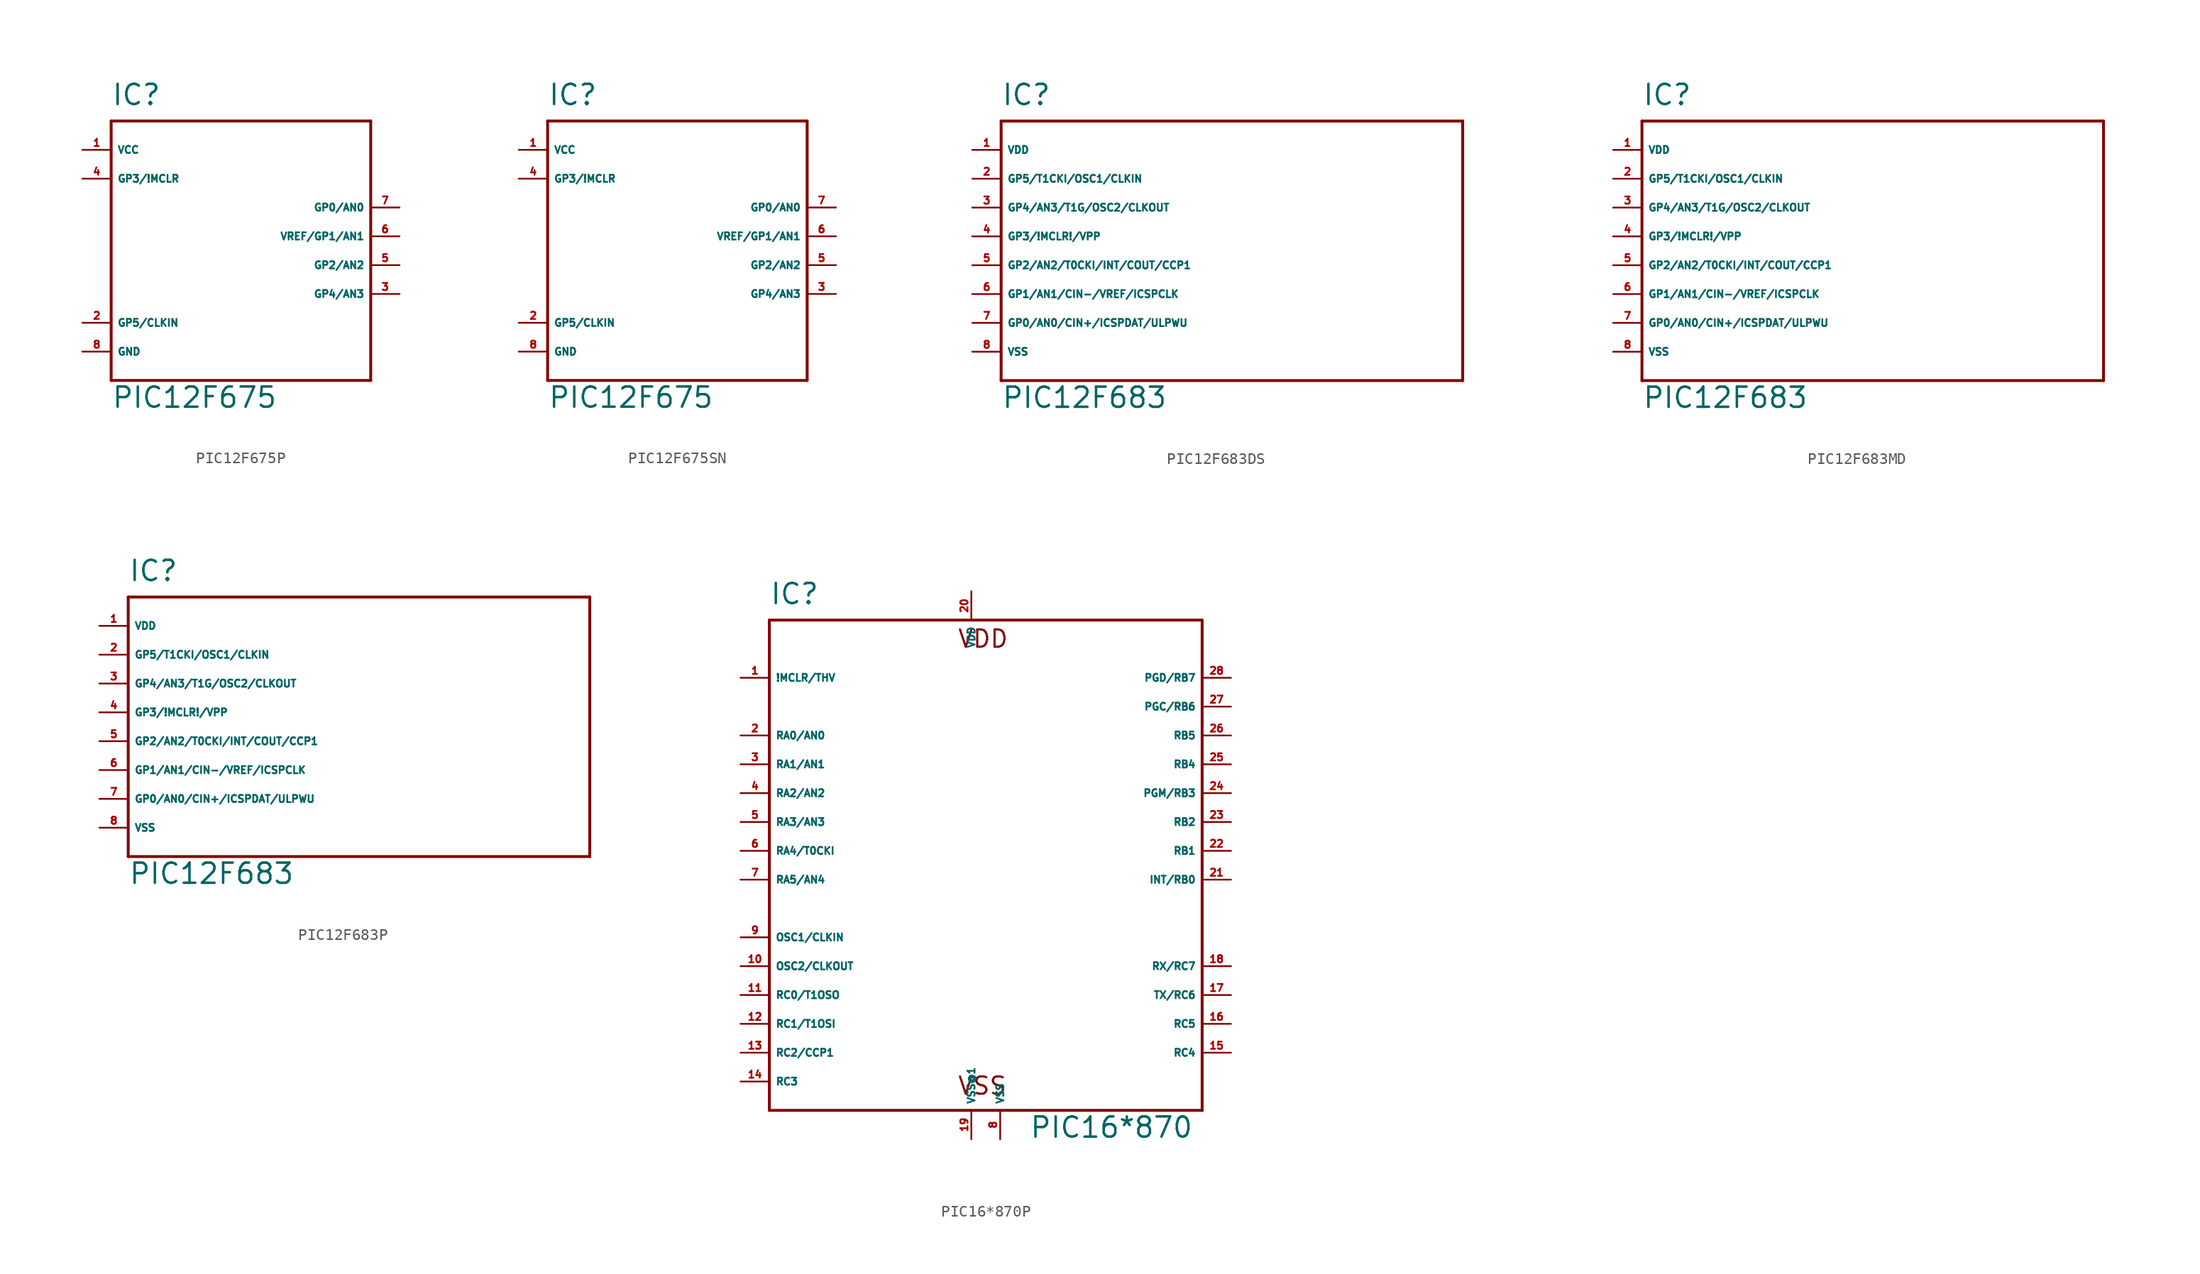
<source format=kicad_sym>
(kicad_symbol_lib
  (version 20220914)
  (generator Eagle2Kicad)
  (symbol "PIC12F675P"
    (property "Reference" "IC"
      (at -10.16 13.97 0)
      (effects (font (size 1.778 1.778) (thickness 0.22)) (justify left bottom)))
    (property "Value" "PIC12F675"
      (at -10.16 -12.7 0)
      (effects (font (size 1.778 1.778) (thickness 0.22)) (justify left bottom)))
    (polyline
      (pts (xy -10.16 12.7) (xy 12.7 12.7))
      (stroke (width 0.254) (type default))
      (fill (type none)))
    (polyline
      (pts (xy 12.7 12.7) (xy 12.7 -10.16))
      (stroke (width 0.254) (type default))
      (fill (type none)))
    (polyline
      (pts (xy 12.7 -10.16) (xy -10.16 -10.16))
      (stroke (width 0.254) (type default))
      (fill (type none)))
    (polyline
      (pts (xy -10.16 -10.16) (xy -10.16 12.7))
      (stroke (width 0.254) (type default))
      (fill (type none)))
    (pin unspecified line
      (at -12.7 10.16 0)
      (length 2.54)
      (name "VCC" (effects (font (size 0.635 0.635) (thickness 0.08)) (justify left bottom)))
      (number "1" (effects (font (size 0.635 0.635) (thickness 0.08)) (justify left bottom))))
    (pin unspecified line
      (at -12.7 -7.62 0)
      (length 2.54)
      (name "GND" (effects (font (size 0.635 0.635) (thickness 0.08)) (justify left bottom)))
      (number "8" (effects (font (size 0.635 0.635) (thickness 0.08)) (justify left bottom))))
    (pin bidirectional line
      (at -12.7 -5.08 0)
      (length 2.54)
      (name "GP5/CLKIN" (effects (font (size 0.635 0.635) (thickness 0.08)) (justify left bottom)))
      (number "2" (effects (font (size 0.635 0.635) (thickness 0.08)) (justify left bottom))))
    (pin bidirectional line
      (at 15.24 5.08 180)
      (length 2.54)
      (name "GP0/AN0" (effects (font (size 0.635 0.635) (thickness 0.08)) (justify left bottom)))
      (number "7" (effects (font (size 0.635 0.635) (thickness 0.08)) (justify left bottom))))
    (pin bidirectional line
      (at 15.24 -2.54 180)
      (length 2.54)
      (name "GP4/AN3" (effects (font (size 0.635 0.635) (thickness 0.08)) (justify left bottom)))
      (number "3" (effects (font (size 0.635 0.635) (thickness 0.08)) (justify left bottom))))
    (pin bidirectional line
      (at 15.24 0 180)
      (length 2.54)
      (name "GP2/AN2" (effects (font (size 0.635 0.635) (thickness 0.08)) (justify left bottom)))
      (number "5" (effects (font (size 0.635 0.635) (thickness 0.08)) (justify left bottom))))
    (pin bidirectional line
      (at 15.24 2.54 180)
      (length 2.54)
      (name "VREF/GP1/AN1" (effects (font (size 0.635 0.635) (thickness 0.08)) (justify left bottom)))
      (number "6" (effects (font (size 0.635 0.635) (thickness 0.08)) (justify left bottom))))
    (pin input line
      (at -12.7 7.62 0)
      (length 2.54)
      (name "GP3/!MCLR" (effects (font (size 0.635 0.635) (thickness 0.08)) (justify left bottom)))
      (number "4" (effects (font (size 0.635 0.635) (thickness 0.08)) (justify left bottom)))))
  (symbol "PIC12F675SN"
    (property "Reference" "IC"
      (at -10.16 13.97 0)
      (effects (font (size 1.778 1.778) (thickness 0.22)) (justify left bottom)))
    (property "Value" "PIC12F675"
      (at -10.16 -12.7 0)
      (effects (font (size 1.778 1.778) (thickness 0.22)) (justify left bottom)))
    (polyline
      (pts (xy -10.16 12.7) (xy 12.7 12.7))
      (stroke (width 0.254) (type default))
      (fill (type none)))
    (polyline
      (pts (xy 12.7 12.7) (xy 12.7 -10.16))
      (stroke (width 0.254) (type default))
      (fill (type none)))
    (polyline
      (pts (xy 12.7 -10.16) (xy -10.16 -10.16))
      (stroke (width 0.254) (type default))
      (fill (type none)))
    (polyline
      (pts (xy -10.16 -10.16) (xy -10.16 12.7))
      (stroke (width 0.254) (type default))
      (fill (type none)))
    (pin unspecified line
      (at -12.7 10.16 0)
      (length 2.54)
      (name "VCC" (effects (font (size 0.635 0.635) (thickness 0.08)) (justify left bottom)))
      (number "1" (effects (font (size 0.635 0.635) (thickness 0.08)) (justify left bottom))))
    (pin unspecified line
      (at -12.7 -7.62 0)
      (length 2.54)
      (name "GND" (effects (font (size 0.635 0.635) (thickness 0.08)) (justify left bottom)))
      (number "8" (effects (font (size 0.635 0.635) (thickness 0.08)) (justify left bottom))))
    (pin bidirectional line
      (at -12.7 -5.08 0)
      (length 2.54)
      (name "GP5/CLKIN" (effects (font (size 0.635 0.635) (thickness 0.08)) (justify left bottom)))
      (number "2" (effects (font (size 0.635 0.635) (thickness 0.08)) (justify left bottom))))
    (pin bidirectional line
      (at 15.24 5.08 180)
      (length 2.54)
      (name "GP0/AN0" (effects (font (size 0.635 0.635) (thickness 0.08)) (justify left bottom)))
      (number "7" (effects (font (size 0.635 0.635) (thickness 0.08)) (justify left bottom))))
    (pin bidirectional line
      (at 15.24 -2.54 180)
      (length 2.54)
      (name "GP4/AN3" (effects (font (size 0.635 0.635) (thickness 0.08)) (justify left bottom)))
      (number "3" (effects (font (size 0.635 0.635) (thickness 0.08)) (justify left bottom))))
    (pin bidirectional line
      (at 15.24 0 180)
      (length 2.54)
      (name "GP2/AN2" (effects (font (size 0.635 0.635) (thickness 0.08)) (justify left bottom)))
      (number "5" (effects (font (size 0.635 0.635) (thickness 0.08)) (justify left bottom))))
    (pin bidirectional line
      (at 15.24 2.54 180)
      (length 2.54)
      (name "VREF/GP1/AN1" (effects (font (size 0.635 0.635) (thickness 0.08)) (justify left bottom)))
      (number "6" (effects (font (size 0.635 0.635) (thickness 0.08)) (justify left bottom))))
    (pin input line
      (at -12.7 7.62 0)
      (length 2.54)
      (name "GP3/!MCLR" (effects (font (size 0.635 0.635) (thickness 0.08)) (justify left bottom)))
      (number "4" (effects (font (size 0.635 0.635) (thickness 0.08)) (justify left bottom)))))
  (symbol "PIC12F683DS"
    (property "Reference" "IC"
      (at -20.32 19.05 0)
      (effects (font (size 1.778 1.778) (thickness 0.22)) (justify left bottom)))
    (property "Value" "PIC12F683"
      (at -20.32 -7.62 0)
      (effects (font (size 1.778 1.778) (thickness 0.22)) (justify left bottom)))
    (polyline
      (pts (xy -20.32 17.78) (xy 20.32 17.78))
      (stroke (width 0.254) (type default))
      (fill (type none)))
    (polyline
      (pts (xy 20.32 17.78) (xy 20.32 -5.08))
      (stroke (width 0.254) (type default))
      (fill (type none)))
    (polyline
      (pts (xy 20.32 -5.08) (xy -20.32 -5.08))
      (stroke (width 0.254) (type default))
      (fill (type none)))
    (polyline
      (pts (xy -20.32 -5.08) (xy -20.32 17.78))
      (stroke (width 0.254) (type default))
      (fill (type none)))
    (pin unspecified line
      (at -22.86 15.24 0)
      (length 2.54)
      (name "VDD" (effects (font (size 0.635 0.635) (thickness 0.08)) (justify left bottom)))
      (number "1" (effects (font (size 0.635 0.635) (thickness 0.08)) (justify left bottom))))
    (pin bidirectional line
      (at -22.86 12.7 0)
      (length 2.54)
      (name "GP5/T1CKI/OSC1/CLKIN" (effects (font (size 0.635 0.635) (thickness 0.08)) (justify left bottom)))
      (number "2" (effects (font (size 0.635 0.635) (thickness 0.08)) (justify left bottom))))
    (pin bidirectional line
      (at -22.86 10.16 0)
      (length 2.54)
      (name "GP4/AN3/T1G/OSC2/CLKOUT" (effects (font (size 0.635 0.635) (thickness 0.08)) (justify left bottom)))
      (number "3" (effects (font (size 0.635 0.635) (thickness 0.08)) (justify left bottom))))
    (pin bidirectional line
      (at -22.86 7.62 0)
      (length 2.54)
      (name "GP3/!MCLR!/VPP" (effects (font (size 0.635 0.635) (thickness 0.08)) (justify left bottom)))
      (number "4" (effects (font (size 0.635 0.635) (thickness 0.08)) (justify left bottom))))
    (pin bidirectional line
      (at -22.86 5.08 0)
      (length 2.54)
      (name "GP2/AN2/T0CKI/INT/COUT/CCP1" (effects (font (size 0.635 0.635) (thickness 0.08)) (justify left bottom)))
      (number "5" (effects (font (size 0.635 0.635) (thickness 0.08)) (justify left bottom))))
    (pin bidirectional line
      (at -22.86 2.54 0)
      (length 2.54)
      (name "GP1/AN1/CIN-/VREF/ICSPCLK" (effects (font (size 0.635 0.635) (thickness 0.08)) (justify left bottom)))
      (number "6" (effects (font (size 0.635 0.635) (thickness 0.08)) (justify left bottom))))
    (pin bidirectional line
      (at -22.86 0 0)
      (length 2.54)
      (name "GP0/AN0/CIN+/ICSPDAT/ULPWU" (effects (font (size 0.635 0.635) (thickness 0.08)) (justify left bottom)))
      (number "7" (effects (font (size 0.635 0.635) (thickness 0.08)) (justify left bottom))))
    (pin unspecified line
      (at -22.86 -2.54 0)
      (length 2.54)
      (name "VSS" (effects (font (size 0.635 0.635) (thickness 0.08)) (justify left bottom)))
      (number "8" (effects (font (size 0.635 0.635) (thickness 0.08)) (justify left bottom)))))
  (symbol "PIC12F683MD"
    (property "Reference" "IC"
      (at -20.32 19.05 0)
      (effects (font (size 1.778 1.778) (thickness 0.22)) (justify left bottom)))
    (property "Value" "PIC12F683"
      (at -20.32 -7.62 0)
      (effects (font (size 1.778 1.778) (thickness 0.22)) (justify left bottom)))
    (polyline
      (pts (xy -20.32 17.78) (xy 20.32 17.78))
      (stroke (width 0.254) (type default))
      (fill (type none)))
    (polyline
      (pts (xy 20.32 17.78) (xy 20.32 -5.08))
      (stroke (width 0.254) (type default))
      (fill (type none)))
    (polyline
      (pts (xy 20.32 -5.08) (xy -20.32 -5.08))
      (stroke (width 0.254) (type default))
      (fill (type none)))
    (polyline
      (pts (xy -20.32 -5.08) (xy -20.32 17.78))
      (stroke (width 0.254) (type default))
      (fill (type none)))
    (pin unspecified line
      (at -22.86 15.24 0)
      (length 2.54)
      (name "VDD" (effects (font (size 0.635 0.635) (thickness 0.08)) (justify left bottom)))
      (number "1" (effects (font (size 0.635 0.635) (thickness 0.08)) (justify left bottom))))
    (pin bidirectional line
      (at -22.86 12.7 0)
      (length 2.54)
      (name "GP5/T1CKI/OSC1/CLKIN" (effects (font (size 0.635 0.635) (thickness 0.08)) (justify left bottom)))
      (number "2" (effects (font (size 0.635 0.635) (thickness 0.08)) (justify left bottom))))
    (pin bidirectional line
      (at -22.86 10.16 0)
      (length 2.54)
      (name "GP4/AN3/T1G/OSC2/CLKOUT" (effects (font (size 0.635 0.635) (thickness 0.08)) (justify left bottom)))
      (number "3" (effects (font (size 0.635 0.635) (thickness 0.08)) (justify left bottom))))
    (pin bidirectional line
      (at -22.86 7.62 0)
      (length 2.54)
      (name "GP3/!MCLR!/VPP" (effects (font (size 0.635 0.635) (thickness 0.08)) (justify left bottom)))
      (number "4" (effects (font (size 0.635 0.635) (thickness 0.08)) (justify left bottom))))
    (pin bidirectional line
      (at -22.86 5.08 0)
      (length 2.54)
      (name "GP2/AN2/T0CKI/INT/COUT/CCP1" (effects (font (size 0.635 0.635) (thickness 0.08)) (justify left bottom)))
      (number "5" (effects (font (size 0.635 0.635) (thickness 0.08)) (justify left bottom))))
    (pin bidirectional line
      (at -22.86 2.54 0)
      (length 2.54)
      (name "GP1/AN1/CIN-/VREF/ICSPCLK" (effects (font (size 0.635 0.635) (thickness 0.08)) (justify left bottom)))
      (number "6" (effects (font (size 0.635 0.635) (thickness 0.08)) (justify left bottom))))
    (pin bidirectional line
      (at -22.86 0 0)
      (length 2.54)
      (name "GP0/AN0/CIN+/ICSPDAT/ULPWU" (effects (font (size 0.635 0.635) (thickness 0.08)) (justify left bottom)))
      (number "7" (effects (font (size 0.635 0.635) (thickness 0.08)) (justify left bottom))))
    (pin unspecified line
      (at -22.86 -2.54 0)
      (length 2.54)
      (name "VSS" (effects (font (size 0.635 0.635) (thickness 0.08)) (justify left bottom)))
      (number "8" (effects (font (size 0.635 0.635) (thickness 0.08)) (justify left bottom)))))
  (symbol "PIC12F683P"
    (property "Reference" "IC"
      (at -20.32 19.05 0)
      (effects (font (size 1.778 1.778) (thickness 0.22)) (justify left bottom)))
    (property "Value" "PIC12F683"
      (at -20.32 -7.62 0)
      (effects (font (size 1.778 1.778) (thickness 0.22)) (justify left bottom)))
    (polyline
      (pts (xy -20.32 17.78) (xy 20.32 17.78))
      (stroke (width 0.254) (type default))
      (fill (type none)))
    (polyline
      (pts (xy 20.32 17.78) (xy 20.32 -5.08))
      (stroke (width 0.254) (type default))
      (fill (type none)))
    (polyline
      (pts (xy 20.32 -5.08) (xy -20.32 -5.08))
      (stroke (width 0.254) (type default))
      (fill (type none)))
    (polyline
      (pts (xy -20.32 -5.08) (xy -20.32 17.78))
      (stroke (width 0.254) (type default))
      (fill (type none)))
    (pin unspecified line
      (at -22.86 15.24 0)
      (length 2.54)
      (name "VDD" (effects (font (size 0.635 0.635) (thickness 0.08)) (justify left bottom)))
      (number "1" (effects (font (size 0.635 0.635) (thickness 0.08)) (justify left bottom))))
    (pin bidirectional line
      (at -22.86 12.7 0)
      (length 2.54)
      (name "GP5/T1CKI/OSC1/CLKIN" (effects (font (size 0.635 0.635) (thickness 0.08)) (justify left bottom)))
      (number "2" (effects (font (size 0.635 0.635) (thickness 0.08)) (justify left bottom))))
    (pin bidirectional line
      (at -22.86 10.16 0)
      (length 2.54)
      (name "GP4/AN3/T1G/OSC2/CLKOUT" (effects (font (size 0.635 0.635) (thickness 0.08)) (justify left bottom)))
      (number "3" (effects (font (size 0.635 0.635) (thickness 0.08)) (justify left bottom))))
    (pin bidirectional line
      (at -22.86 7.62 0)
      (length 2.54)
      (name "GP3/!MCLR!/VPP" (effects (font (size 0.635 0.635) (thickness 0.08)) (justify left bottom)))
      (number "4" (effects (font (size 0.635 0.635) (thickness 0.08)) (justify left bottom))))
    (pin bidirectional line
      (at -22.86 5.08 0)
      (length 2.54)
      (name "GP2/AN2/T0CKI/INT/COUT/CCP1" (effects (font (size 0.635 0.635) (thickness 0.08)) (justify left bottom)))
      (number "5" (effects (font (size 0.635 0.635) (thickness 0.08)) (justify left bottom))))
    (pin bidirectional line
      (at -22.86 2.54 0)
      (length 2.54)
      (name "GP1/AN1/CIN-/VREF/ICSPCLK" (effects (font (size 0.635 0.635) (thickness 0.08)) (justify left bottom)))
      (number "6" (effects (font (size 0.635 0.635) (thickness 0.08)) (justify left bottom))))
    (pin bidirectional line
      (at -22.86 0 0)
      (length 2.54)
      (name "GP0/AN0/CIN+/ICSPDAT/ULPWU" (effects (font (size 0.635 0.635) (thickness 0.08)) (justify left bottom)))
      (number "7" (effects (font (size 0.635 0.635) (thickness 0.08)) (justify left bottom))))
    (pin unspecified line
      (at -22.86 -2.54 0)
      (length 2.54)
      (name "VSS" (effects (font (size 0.635 0.635) (thickness 0.08)) (justify left bottom)))
      (number "8" (effects (font (size 0.635 0.635) (thickness 0.08)) (justify left bottom)))))
  (symbol "PIC16*870P"
    (property "Reference" "IC"
      (at -20.32 26.67 0)
      (effects (font (size 1.778 1.778) (thickness 0.22)) (justify left bottom)))
    (property "Value" "PIC16*870"
      (at 2.54 -20.32 0)
      (effects (font (size 1.778 1.778) (thickness 0.22)) (justify left bottom)))
    (polyline
      (pts (xy -20.32 25.4) (xy 17.78 25.4))
      (stroke (width 0.254) (type default))
      (fill (type none)))
    (polyline
      (pts (xy 17.78 25.4) (xy 17.78 -17.78))
      (stroke (width 0.254) (type default))
      (fill (type none)))
    (polyline
      (pts (xy 17.78 -17.78) (xy -20.32 -17.78))
      (stroke (width 0.254) (type default))
      (fill (type none)))
    (polyline
      (pts (xy -20.32 -17.78) (xy -20.32 25.4))
      (stroke (width 0.254) (type default))
      (fill (type none)))
    (text "VDD"
      (at -3.81 22.86 0)
      (effects (font (size 1.524 1.524) (thickness 0.19)) (justify left bottom)))
    (text "VSS"
      (at -3.81 -16.51 0)
      (effects (font (size 1.524 1.524) (thickness 0.19)) (justify left bottom)))
    (pin input line
      (at -22.86 20.32 0)
      (length 2.54)
      (name "!MCLR/THV" (effects (font (size 0.635 0.635) (thickness 0.08)) (justify left bottom)))
      (number "1" (effects (font (size 0.635 0.635) (thickness 0.08)) (justify left bottom))))
    (pin bidirectional line
      (at -22.86 15.24 0)
      (length 2.54)
      (name "RA0/AN0" (effects (font (size 0.635 0.635) (thickness 0.08)) (justify left bottom)))
      (number "2" (effects (font (size 0.635 0.635) (thickness 0.08)) (justify left bottom))))
    (pin bidirectional line
      (at -22.86 12.7 0)
      (length 2.54)
      (name "RA1/AN1" (effects (font (size 0.635 0.635) (thickness 0.08)) (justify left bottom)))
      (number "3" (effects (font (size 0.635 0.635) (thickness 0.08)) (justify left bottom))))
    (pin bidirectional line
      (at -22.86 10.16 0)
      (length 2.54)
      (name "RA2/AN2" (effects (font (size 0.635 0.635) (thickness 0.08)) (justify left bottom)))
      (number "4" (effects (font (size 0.635 0.635) (thickness 0.08)) (justify left bottom))))
    (pin bidirectional line
      (at -22.86 7.62 0)
      (length 2.54)
      (name "RA3/AN3" (effects (font (size 0.635 0.635) (thickness 0.08)) (justify left bottom)))
      (number "5" (effects (font (size 0.635 0.635) (thickness 0.08)) (justify left bottom))))
    (pin bidirectional line
      (at -22.86 5.08 0)
      (length 2.54)
      (name "RA4/T0CKI" (effects (font (size 0.635 0.635) (thickness 0.08)) (justify left bottom)))
      (number "6" (effects (font (size 0.635 0.635) (thickness 0.08)) (justify left bottom))))
    (pin bidirectional line
      (at -22.86 2.54 0)
      (length 2.54)
      (name "RA5/AN4" (effects (font (size 0.635 0.635) (thickness 0.08)) (justify left bottom)))
      (number "7" (effects (font (size 0.635 0.635) (thickness 0.08)) (justify left bottom))))
    (pin input line
      (at -22.86 -2.54 0)
      (length 2.54)
      (name "OSC1/CLKIN" (effects (font (size 0.635 0.635) (thickness 0.08)) (justify left bottom)))
      (number "9" (effects (font (size 0.635 0.635) (thickness 0.08)) (justify left bottom))))
    (pin output line
      (at -22.86 -5.08 0)
      (length 2.54)
      (name "OSC2/CLKOUT" (effects (font (size 0.635 0.635) (thickness 0.08)) (justify left bottom)))
      (number "10" (effects (font (size 0.635 0.635) (thickness 0.08)) (justify left bottom))))
    (pin bidirectional line
      (at -22.86 -7.62 0)
      (length 2.54)
      (name "RC0/T1OSO" (effects (font (size 0.635 0.635) (thickness 0.08)) (justify left bottom)))
      (number "11" (effects (font (size 0.635 0.635) (thickness 0.08)) (justify left bottom))))
    (pin bidirectional line
      (at -22.86 -10.16 0)
      (length 2.54)
      (name "RC1/T1OSI" (effects (font (size 0.635 0.635) (thickness 0.08)) (justify left bottom)))
      (number "12" (effects (font (size 0.635 0.635) (thickness 0.08)) (justify left bottom))))
    (pin bidirectional line
      (at -22.86 -12.7 0)
      (length 2.54)
      (name "RC2/CCP1" (effects (font (size 0.635 0.635) (thickness 0.08)) (justify left bottom)))
      (number "13" (effects (font (size 0.635 0.635) (thickness 0.08)) (justify left bottom))))
    (pin bidirectional line
      (at -22.86 -15.24 0)
      (length 2.54)
      (name "RC3" (effects (font (size 0.635 0.635) (thickness 0.08)) (justify left bottom)))
      (number "14" (effects (font (size 0.635 0.635) (thickness 0.08)) (justify left bottom))))
    (pin bidirectional line
      (at 20.32 -12.7 180)
      (length 2.54)
      (name "RC4" (effects (font (size 0.635 0.635) (thickness 0.08)) (justify left bottom)))
      (number "15" (effects (font (size 0.635 0.635) (thickness 0.08)) (justify left bottom))))
    (pin bidirectional line
      (at 20.32 -10.16 180)
      (length 2.54)
      (name "RC5" (effects (font (size 0.635 0.635) (thickness 0.08)) (justify left bottom)))
      (number "16" (effects (font (size 0.635 0.635) (thickness 0.08)) (justify left bottom))))
    (pin bidirectional line
      (at 20.32 -7.62 180)
      (length 2.54)
      (name "TX/RC6" (effects (font (size 0.635 0.635) (thickness 0.08)) (justify left bottom)))
      (number "17" (effects (font (size 0.635 0.635) (thickness 0.08)) (justify left bottom))))
    (pin bidirectional line
      (at 20.32 -5.08 180)
      (length 2.54)
      (name "RX/RC7" (effects (font (size 0.635 0.635) (thickness 0.08)) (justify left bottom)))
      (number "18" (effects (font (size 0.635 0.635) (thickness 0.08)) (justify left bottom))))
    (pin unspecified line
      (at 0 -20.32 90)
      (length 2.54)
      (name "VSS" (effects (font (size 0.635 0.635) (thickness 0.08)) (justify left bottom)))
      (number "8" (effects (font (size 0.635 0.635) (thickness 0.08)) (justify left bottom))))
    (pin unspecified line
      (at -2.54 27.94 270)
      (length 2.54)
      (name "VDD" (effects (font (size 0.635 0.635) (thickness 0.08)) (justify left bottom)))
      (number "20" (effects (font (size 0.635 0.635) (thickness 0.08)) (justify left bottom))))
    (pin bidirectional line
      (at 20.32 2.54 180)
      (length 2.54)
      (name "INT/RB0" (effects (font (size 0.635 0.635) (thickness 0.08)) (justify left bottom)))
      (number "21" (effects (font (size 0.635 0.635) (thickness 0.08)) (justify left bottom))))
    (pin bidirectional line
      (at 20.32 5.08 180)
      (length 2.54)
      (name "RB1" (effects (font (size 0.635 0.635) (thickness 0.08)) (justify left bottom)))
      (number "22" (effects (font (size 0.635 0.635) (thickness 0.08)) (justify left bottom))))
    (pin bidirectional line
      (at 20.32 7.62 180)
      (length 2.54)
      (name "RB2" (effects (font (size 0.635 0.635) (thickness 0.08)) (justify left bottom)))
      (number "23" (effects (font (size 0.635 0.635) (thickness 0.08)) (justify left bottom))))
    (pin bidirectional line
      (at 20.32 10.16 180)
      (length 2.54)
      (name "PGM/RB3" (effects (font (size 0.635 0.635) (thickness 0.08)) (justify left bottom)))
      (number "24" (effects (font (size 0.635 0.635) (thickness 0.08)) (justify left bottom))))
    (pin bidirectional line
      (at 20.32 12.7 180)
      (length 2.54)
      (name "RB4" (effects (font (size 0.635 0.635) (thickness 0.08)) (justify left bottom)))
      (number "25" (effects (font (size 0.635 0.635) (thickness 0.08)) (justify left bottom))))
    (pin bidirectional line
      (at 20.32 15.24 180)
      (length 2.54)
      (name "RB5" (effects (font (size 0.635 0.635) (thickness 0.08)) (justify left bottom)))
      (number "26" (effects (font (size 0.635 0.635) (thickness 0.08)) (justify left bottom))))
    (pin bidirectional line
      (at 20.32 17.78 180)
      (length 2.54)
      (name "PGC/RB6" (effects (font (size 0.635 0.635) (thickness 0.08)) (justify left bottom)))
      (number "27" (effects (font (size 0.635 0.635) (thickness 0.08)) (justify left bottom))))
    (pin bidirectional line
      (at 20.32 20.32 180)
      (length 2.54)
      (name "PGD/RB7" (effects (font (size 0.635 0.635) (thickness 0.08)) (justify left bottom)))
      (number "28" (effects (font (size 0.635 0.635) (thickness 0.08)) (justify left bottom))))
    (pin unspecified line
      (at -2.54 -20.32 90)
      (length 2.54)
      (name "VSS@1" (effects (font (size 0.635 0.635) (thickness 0.08)) (justify left bottom)))
      (number "19" (effects (font (size 0.635 0.635) (thickness 0.08)) (justify left bottom))))))
</source>
